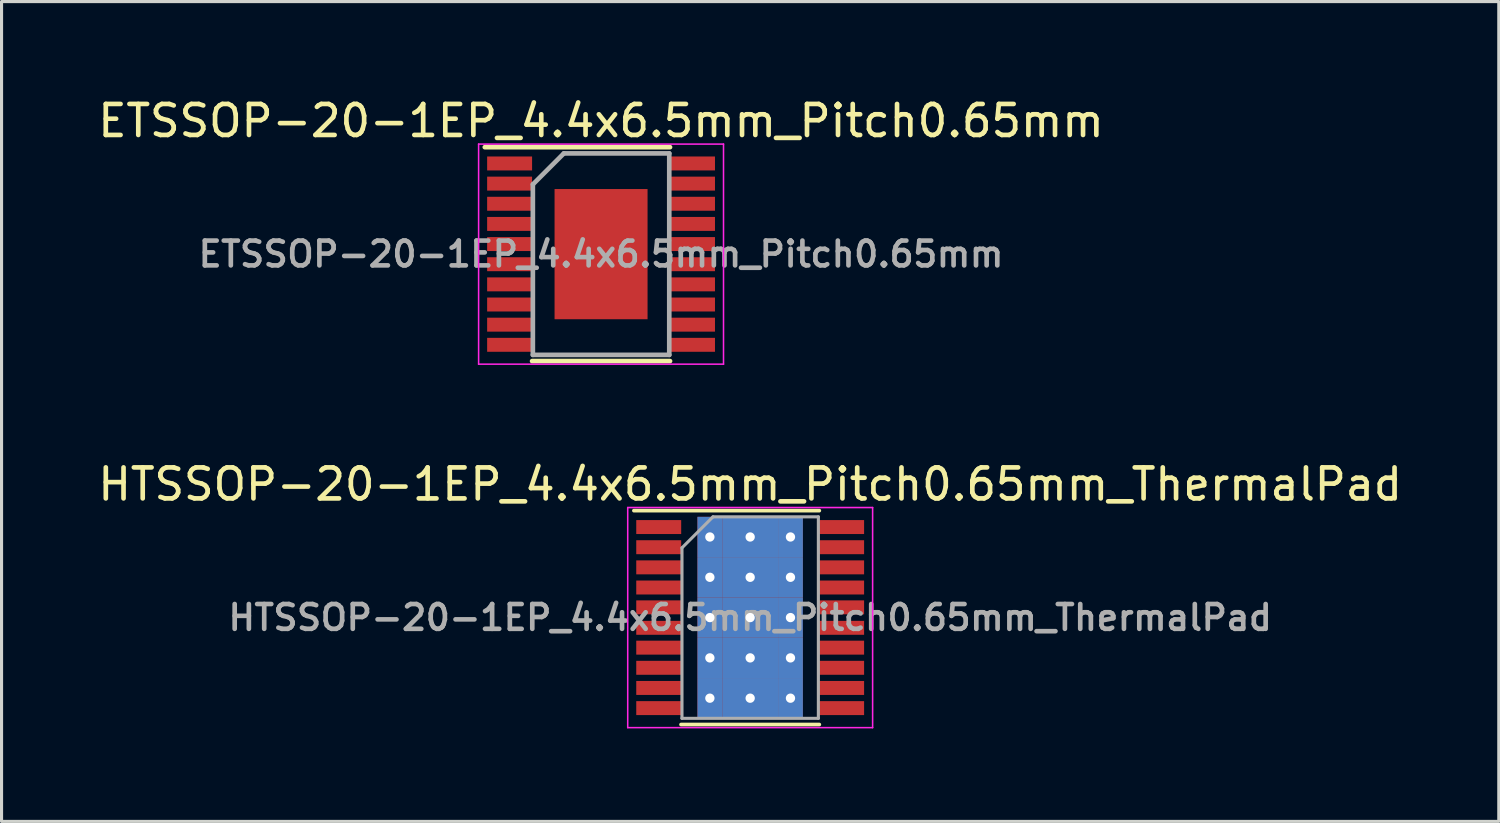
<source format=kicad_pcb>
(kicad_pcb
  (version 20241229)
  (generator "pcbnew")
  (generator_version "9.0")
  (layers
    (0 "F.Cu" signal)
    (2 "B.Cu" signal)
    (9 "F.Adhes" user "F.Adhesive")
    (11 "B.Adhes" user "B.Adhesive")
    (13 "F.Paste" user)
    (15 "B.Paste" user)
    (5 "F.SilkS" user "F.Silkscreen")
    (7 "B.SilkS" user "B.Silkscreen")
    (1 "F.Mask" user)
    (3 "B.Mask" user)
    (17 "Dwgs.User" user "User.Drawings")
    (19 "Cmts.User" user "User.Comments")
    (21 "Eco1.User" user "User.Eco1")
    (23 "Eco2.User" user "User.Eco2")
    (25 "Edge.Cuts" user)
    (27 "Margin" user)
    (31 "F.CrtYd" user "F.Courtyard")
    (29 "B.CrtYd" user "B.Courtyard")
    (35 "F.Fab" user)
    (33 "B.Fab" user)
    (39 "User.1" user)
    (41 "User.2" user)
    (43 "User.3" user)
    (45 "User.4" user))
  (footprint "HTSSOP-20-1EP_4.4x6.5mm_Pitch0.65mm_ThermalPad"
    (layer "F.Cu")
    (at 21.149 16.872)
    (property "Reference" "HTSSOP-20-1EP_4.4x6.5mm_Pitch0.65mm_ThermalPad" (at 0 -4.3 0) (layer "F.SilkS") (effects (font (size 1 1) (thickness 0.15))))
    (attr smd)
    (fp_line (start -3.75 -3.45) (end 2.23 -3.45) (stroke (width 0.12) (type solid)) (layer "F.SilkS"))
    (fp_line (start -2.23 3.45) (end 2.23 3.45) (stroke (width 0.12) (type solid)) (layer "F.SilkS"))
    (fp_line (start -3.95 -3.55) (end -3.95 3.55) (stroke (width 0.05) (type solid)) (layer "F.CrtYd"))
    (fp_line (start -3.95 -3.55) (end 3.95 -3.55) (stroke (width 0.05) (type solid)) (layer "F.CrtYd"))
    (fp_line (start -3.95 3.55) (end 3.95 3.55) (stroke (width 0.05) (type solid)) (layer "F.CrtYd"))
    (fp_line (start 3.95 -3.55) (end 3.95 3.55) (stroke (width 0.05) (type solid)) (layer "F.CrtYd"))
    (fp_line (start -2.2 -2.25) (end -1.2 -3.25) (stroke (width 0.1) (type solid)) (layer "F.Fab"))
    (fp_line (start -2.2 3.25) (end -2.2 -2.25) (stroke (width 0.1) (type solid)) (layer "F.Fab"))
    (fp_line (start -1.2 -3.25) (end 2.2 -3.25) (stroke (width 0.1) (type solid)) (layer "F.Fab"))
    (fp_line (start 2.2 -3.25) (end 2.2 3.25) (stroke (width 0.1) (type solid)) (layer "F.Fab"))
    (fp_line (start 2.2 3.25) (end -2.2 3.25) (stroke (width 0.1) (type solid)) (layer "F.Fab"))
    (fp_text user "${REFERENCE}" (at 0 0 0) (layer "F.Fab") (effects (font (size 0.8 0.8) (thickness 0.15))))
    (pad "1" smd rect (at -2.95 -2.92) (size 1.45 0.45) (layers "F.Cu" "F.Mask" "F.Paste"))
    (pad "2" smd rect (at -2.95 -2.27) (size 1.45 0.45) (layers "F.Cu" "F.Mask" "F.Paste"))
    (pad "3" smd rect (at -2.95 -1.62) (size 1.45 0.45) (layers "F.Cu" "F.Mask" "F.Paste"))
    (pad "4" smd rect (at -2.95 -0.97) (size 1.45 0.45) (layers "F.Cu" "F.Mask" "F.Paste"))
    (pad "5" smd rect (at -2.95 -0.33) (size 1.45 0.45) (layers "F.Cu" "F.Mask" "F.Paste"))
    (pad "6" smd rect (at -2.95 0.33) (size 1.45 0.45) (layers "F.Cu" "F.Mask" "F.Paste"))
    (pad "7" smd rect (at -2.95 0.97) (size 1.45 0.45) (layers "F.Cu" "F.Mask" "F.Paste"))
    (pad "8" smd rect (at -2.95 1.62) (size 1.45 0.45) (layers "F.Cu" "F.Mask" "F.Paste"))
    (pad "9" smd rect (at -2.95 2.27) (size 1.45 0.45) (layers "F.Cu" "F.Mask" "F.Paste"))
    (pad "10" smd rect (at -2.95 2.92) (size 1.45 0.45) (layers "F.Cu" "F.Mask" "F.Paste"))
    (pad "11" smd rect (at 2.95 2.92) (size 1.45 0.45) (layers "F.Cu" "F.Mask" "F.Paste"))
    (pad "12" smd rect (at 2.95 2.27) (size 1.45 0.45) (layers "F.Cu" "F.Mask" "F.Paste"))
    (pad "13" smd rect (at 2.95 1.62) (size 1.45 0.45) (layers "F.Cu" "F.Mask" "F.Paste"))
    (pad "14" smd rect (at 2.95 0.97) (size 1.45 0.45) (layers "F.Cu" "F.Mask" "F.Paste"))
    (pad "15" smd rect (at 2.95 0.33) (size 1.45 0.45) (layers "F.Cu" "F.Mask" "F.Paste"))
    (pad "16" smd rect (at 2.95 -0.33) (size 1.45 0.45) (layers "F.Cu" "F.Mask" "F.Paste"))
    (pad "17" smd rect (at 2.95 -0.97) (size 1.45 0.45) (layers "F.Cu" "F.Mask" "F.Paste"))
    (pad "18" smd rect (at 2.95 -1.62) (size 1.45 0.45) (layers "F.Cu" "F.Mask" "F.Paste"))
    (pad "19" smd rect (at 2.95 -2.27) (size 1.45 0.45) (layers "F.Cu" "F.Mask" "F.Paste"))
    (pad "20" smd rect (at 2.95 -2.92) (size 1.45 0.45) (layers "F.Cu" "F.Mask" "F.Paste"))
    (pad "21" thru_hole rect (at -1.3 -2.6) (size 0.8 1.3) (drill 0.3) (layers "*.Cu" "*.Mask"))
    (pad "21" thru_hole rect (at -1.3 -1.3) (size 0.8 1.3) (drill 0.3) (layers "*.Cu" "*.Mask"))
    (pad "21" thru_hole rect (at -1.3 0) (size 0.8 1.3) (drill 0.3) (layers "*.Cu" "*.Mask"))
    (pad "21" thru_hole rect (at -1.3 1.3) (size 0.8 1.3) (drill 0.3) (layers "*.Cu" "*.Mask"))
    (pad "21" thru_hole rect (at -1.3 2.6) (size 0.8 1.3) (drill 0.3) (layers "*.Cu" "*.Mask"))
    (pad "21" thru_hole rect (at 0 -2.6) (size 1.8 1.3) (drill 0.3) (layers "*.Cu" "*.Mask"))
    (pad "21" thru_hole rect (at 0 -1.3) (size 1.8 1.3) (drill 0.3) (layers "*.Cu" "*.Mask"))
    (pad "21" thru_hole rect (at 0 0) (size 1.8 1.3) (drill 0.3) (layers "*.Cu" "*.Mask"))
    (pad "21" thru_hole rect (at 0 1.3) (size 1.8 1.3) (drill 0.3) (layers "*.Cu" "*.Mask"))
    (pad "21" thru_hole rect (at 0 2.6) (size 1.8 1.3) (drill 0.3) (layers "*.Cu" "*.Mask"))
    (pad "21" thru_hole rect (at 1.3 -2.6) (size 0.8 1.3) (drill 0.3) (layers "*.Cu" "*.Mask"))
    (pad "21" thru_hole rect (at 1.3 -1.3) (size 0.8 1.3) (drill 0.3) (layers "*.Cu" "*.Mask"))
    (pad "21" thru_hole rect (at 1.3 0) (size 0.8 1.3) (drill 0.3) (layers "*.Cu" "*.Mask"))
    (pad "21" thru_hole rect (at 1.3 1.3) (size 0.8 1.3) (drill 0.3) (layers "*.Cu" "*.Mask"))
    (pad "21" thru_hole rect (at 1.3 2.6) (size 0.8 1.3) (drill 0.3) (layers "*.Cu" "*.Mask")))
  (footprint "ETSSOP-20-1EP_4.4x6.5mm_Pitch0.65mm"
    (layer "F.Cu")
    (at 16.339 5.148)
    (property "Reference" "ETSSOP-20-1EP_4.4x6.5mm_Pitch0.65mm" (at 0 -4.3 0) (layer "F.SilkS") (effects (font (size 1 1) (thickness 0.15))))
    (attr smd)
    (fp_line (start -3.75 -3.45) (end 2.225 -3.45) (stroke (width 0.15) (type solid)) (layer "F.SilkS"))
    (fp_line (start -2.225 3.45) (end 2.225 3.45) (stroke (width 0.15) (type solid)) (layer "F.SilkS"))
    (fp_line (start -3.95 -3.55) (end -3.95 3.55) (stroke (width 0.05) (type solid)) (layer "F.CrtYd"))
    (fp_line (start -3.95 -3.55) (end 3.95 -3.55) (stroke (width 0.05) (type solid)) (layer "F.CrtYd"))
    (fp_line (start -3.95 3.55) (end 3.95 3.55) (stroke (width 0.05) (type solid)) (layer "F.CrtYd"))
    (fp_line (start 3.95 -3.55) (end 3.95 3.55) (stroke (width 0.05) (type solid)) (layer "F.CrtYd"))
    (fp_line (start -2.2 -2.25) (end -1.2 -3.25) (stroke (width 0.15) (type solid)) (layer "F.Fab"))
    (fp_line (start -2.2 3.25) (end -2.2 -2.25) (stroke (width 0.15) (type solid)) (layer "F.Fab"))
    (fp_line (start -1.2 -3.25) (end 2.2 -3.25) (stroke (width 0.15) (type solid)) (layer "F.Fab"))
    (fp_line (start 2.2 -3.25) (end 2.2 3.25) (stroke (width 0.15) (type solid)) (layer "F.Fab"))
    (fp_line (start 2.2 3.25) (end -2.2 3.25) (stroke (width 0.15) (type solid)) (layer "F.Fab"))
    (fp_text user "${REFERENCE}" (at 0 0 0) (layer "F.Fab") (effects (font (size 0.8 0.8) (thickness 0.15))))
    (pad "1" smd rect (at -2.95 -2.925) (size 1.45 0.45) (layers "F.Cu" "F.Mask" "F.Paste"))
    (pad "2" smd rect (at -2.95 -2.275) (size 1.45 0.45) (layers "F.Cu" "F.Mask" "F.Paste"))
    (pad "3" smd rect (at -2.95 -1.625) (size 1.45 0.45) (layers "F.Cu" "F.Mask" "F.Paste"))
    (pad "4" smd rect (at -2.95 -0.975) (size 1.45 0.45) (layers "F.Cu" "F.Mask" "F.Paste"))
    (pad "5" smd rect (at -2.95 -0.325) (size 1.45 0.45) (layers "F.Cu" "F.Mask" "F.Paste"))
    (pad "6" smd rect (at -2.95 0.325) (size 1.45 0.45) (layers "F.Cu" "F.Mask" "F.Paste"))
    (pad "7" smd rect (at -2.95 0.975) (size 1.45 0.45) (layers "F.Cu" "F.Mask" "F.Paste"))
    (pad "8" smd rect (at -2.95 1.625) (size 1.45 0.45) (layers "F.Cu" "F.Mask" "F.Paste"))
    (pad "9" smd rect (at -2.95 2.275) (size 1.45 0.45) (layers "F.Cu" "F.Mask" "F.Paste"))
    (pad "10" smd rect (at -2.95 2.925) (size 1.45 0.45) (layers "F.Cu" "F.Mask" "F.Paste"))
    (pad "11" smd rect (at 2.95 2.925) (size 1.45 0.45) (layers "F.Cu" "F.Mask" "F.Paste"))
    (pad "12" smd rect (at 2.95 2.275) (size 1.45 0.45) (layers "F.Cu" "F.Mask" "F.Paste"))
    (pad "13" smd rect (at 2.95 1.625) (size 1.45 0.45) (layers "F.Cu" "F.Mask" "F.Paste"))
    (pad "14" smd rect (at 2.95 0.975) (size 1.45 0.45) (layers "F.Cu" "F.Mask" "F.Paste"))
    (pad "15" smd rect (at 2.95 0.325) (size 1.45 0.45) (layers "F.Cu" "F.Mask" "F.Paste"))
    (pad "16" smd rect (at 2.95 -0.325) (size 1.45 0.45) (layers "F.Cu" "F.Mask" "F.Paste"))
    (pad "17" smd rect (at 2.95 -0.975) (size 1.45 0.45) (layers "F.Cu" "F.Mask" "F.Paste"))
    (pad "18" smd rect (at 2.95 -1.625) (size 1.45 0.45) (layers "F.Cu" "F.Mask" "F.Paste"))
    (pad "19" smd rect (at 2.95 -2.275) (size 1.45 0.45) (layers "F.Cu" "F.Mask" "F.Paste"))
    (pad "20" smd rect (at 2.95 -2.925) (size 1.45 0.45) (layers "F.Cu" "F.Mask" "F.Paste"))
    (pad "21" smd rect (at 0 0) (size 3 4.2) (layers "F.Cu" "F.Mask" "F.Paste")))
  (gr_rect
    (start -3 -3)
    (end 45.298 23.447)
    (stroke (width 0.1) (type default))
    (fill no)
    (layer "Edge.Cuts")))
</source>
